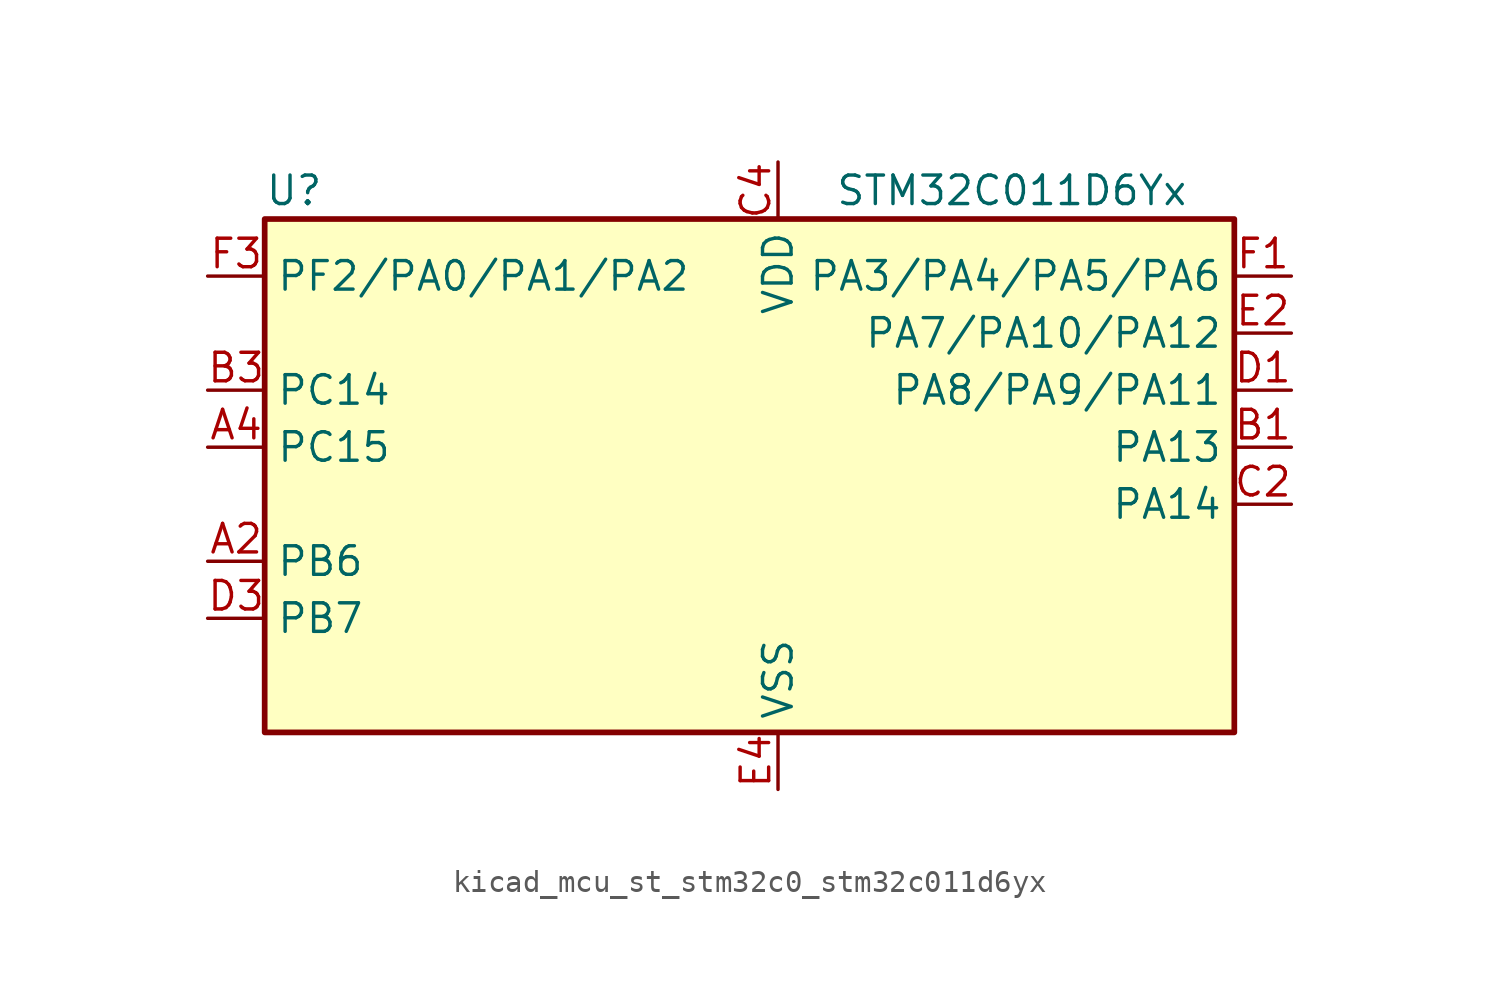
<source format=kicad_sym>
(kicad_symbol_lib
  (version 20220914)
  (generator kicad_symbol_editor)
  (symbol "kicad_mcu_st_stm32c0_stm32c011d6yx"
    (property "Reference" "U"
      (at -20.32 13.97 0)
      (effects (font (size 1.27 1.27)) (justify left)))
    (property "Value" "STM32C011D6Yx"
      (at 5.08 13.97 0)
      (effects (font (size 1.27 1.27)) (justify left)))
    (property "ki_locked" ""
      (at 0 0 0)
      (effects (font (size 1.27 1.27))))
    (symbol "kicad_mcu_st_stm32c0_stm32c011d6yx_0_1"
      (rectangle (start -20.32 -10.16) (end 22.86 12.7) (stroke (width 0.254) (type default)) (fill (type background))))
    (symbol "kicad_mcu_st_stm32c0_stm32c011d6yx_1_1"
      (pin bidirectional line (at -22.86 -2.54 0) (length 2.54) (name "PB6" (effects (font (size 1.27 1.27)))) (number "A2" (effects (font (size 1.27 1.27)))) (alternate "I2C1_SCL" bidirectional line) (alternate "I2C1_SMBA" bidirectional line) (alternate "I2S1_CK" bidirectional line) (alternate "I2S1_MCK" bidirectional line) (alternate "I2S1_SD" bidirectional line) (alternate "PWR_WKUP3" bidirectional line) (alternate "SPI1_MISO" bidirectional line) (alternate "SPI1_MOSI" bidirectional line) (alternate "SPI1_SCK" bidirectional line) (alternate "TIM16_BKIN" bidirectional line) (alternate "TIM16_CH1N" bidirectional line) (alternate "TIM17_BKIN" bidirectional line) (alternate "TIM1_CH2" bidirectional line) (alternate "TIM1_CH3" bidirectional line) (alternate "TIM3_CH1" bidirectional line) (alternate "TIM3_CH2" bidirectional line) (alternate "TIM3_CH3" bidirectional line) (alternate "USART1_CK" bidirectional line) (alternate "USART1_CTS" bidirectional line) (alternate "USART1_DE" bidirectional line) (alternate "USART1_NSS" bidirectional line) (alternate "USART1_RTS" bidirectional line) (alternate "USART1_TX" bidirectional line))
      (pin bidirectional line (at -22.86 2.54 0) (length 2.54) (name "PC15" (effects (font (size 1.27 1.27)))) (number "A4" (effects (font (size 1.27 1.27)))) (alternate "RCC_OSC32_EN" bidirectional line) (alternate "RCC_OSCX_OUT" bidirectional line) (alternate "RCC_OSC_EN" bidirectional line) (alternate "TIM1_ETR" bidirectional line) (alternate "TIM3_CH3" bidirectional line))
      (pin bidirectional line (at 25.4 2.54 180) (length 2.54) (name "PA13" (effects (font (size 1.27 1.27)))) (number "B1" (effects (font (size 1.27 1.27)))) (alternate "ADC1_IN13" bidirectional line) (alternate "DEBUG_SWDIO" bidirectional line) (alternate "IR_OUT" bidirectional line) (alternate "TIM3_ETR" bidirectional line) (alternate "USART2_RX" bidirectional line))
      (pin bidirectional line (at -22.86 5.08 0) (length 2.54) (name "PC14" (effects (font (size 1.27 1.27)))) (number "B3" (effects (font (size 1.27 1.27)))) (alternate "I2C1_SDA" bidirectional line) (alternate "IR_OUT" bidirectional line) (alternate "RCC_OSCX_IN" bidirectional line) (alternate "TIM17_CH1" bidirectional line) (alternate "TIM1_BKIN2" bidirectional line) (alternate "TIM1_ETR" bidirectional line) (alternate "TIM3_CH2" bidirectional line) (alternate "USART1_TX" bidirectional line) (alternate "USART2_CK" bidirectional line) (alternate "USART2_DE" bidirectional line) (alternate "USART2_RTS" bidirectional line))
      (pin bidirectional line (at 25.4 0 180) (length 2.54) (name "PA14" (effects (font (size 1.27 1.27)))) (number "C2" (effects (font (size 1.27 1.27)))) (alternate "ADC1_IN14" bidirectional line) (alternate "DEBUG_SWCLK" bidirectional line) (alternate "I2S1_WS" bidirectional line) (alternate "RCC_MCO_2" bidirectional line) (alternate "SPI1_NSS" bidirectional line) (alternate "TIM1_CH1" bidirectional line) (alternate "USART1_CK" bidirectional line) (alternate "USART1_DE" bidirectional line) (alternate "USART1_RTS" bidirectional line) (alternate "USART2_RX" bidirectional line) (alternate "USART2_TX" bidirectional line))
      (pin power_in line (at 2.54 15.24 270) (length 2.54) (name "VDD" (effects (font (size 1.27 1.27)))) (number "C4" (effects (font (size 1.27 1.27)))))
      (pin bidirectional line (at 25.4 5.08 180) (length 2.54) (name "PA8/PA9/PA11" (effects (font (size 1.27 1.27)))) (number "D1" (effects (font (size 1.27 1.27)))) (alternate "ADC1_IN8" bidirectional line) (alternate "I2S1_WS" bidirectional line) (alternate "RCC_MCO" bidirectional line) (alternate "RCC_MCO_2" bidirectional line) (alternate "SPI1_NSS" bidirectional line) (alternate "TIM14_CH1" bidirectional line) (alternate "TIM1_CH1" bidirectional line) (alternate "TIM1_CH2N" bidirectional line) (alternate "TIM1_CH3N" bidirectional line) (alternate "TIM3_CH3" bidirectional line) (alternate "TIM3_CH4" bidirectional line) (alternate "USART1_RX" bidirectional line) (alternate "USART2_TX" bidirectional line))
      (pin bidirectional line (at -22.86 -5.08 0) (length 2.54) (name "PB7" (effects (font (size 1.27 1.27)))) (number "D3" (effects (font (size 1.27 1.27)))) (alternate "I2C1_SCL" bidirectional line) (alternate "I2C1_SDA" bidirectional line) (alternate "RTC_REFIN" bidirectional line) (alternate "TIM16_CH1" bidirectional line) (alternate "TIM17_CH1N" bidirectional line) (alternate "TIM1_CH4" bidirectional line) (alternate "TIM3_CH1" bidirectional line) (alternate "TIM3_CH4" bidirectional line) (alternate "USART1_RX" bidirectional line) (alternate "USART2_CTS" bidirectional line) (alternate "USART2_NSS" bidirectional line))
      (pin bidirectional line (at 25.4 7.62 180) (length 2.54) (name "PA7/PA10/PA12" (effects (font (size 1.27 1.27)))) (number "E2" (effects (font (size 1.27 1.27)))) (alternate "ADC1_IN7" bidirectional line) (alternate "I2S1_SD" bidirectional line) (alternate "SPI1_MOSI" bidirectional line) (alternate "TIM14_CH1" bidirectional line) (alternate "TIM17_CH1" bidirectional line) (alternate "TIM1_CH1N" bidirectional line) (alternate "TIM3_CH2" bidirectional line))
      (pin power_in line (at 2.54 -12.7 90) (length 2.54) (name "VSS" (effects (font (size 1.27 1.27)))) (number "E4" (effects (font (size 1.27 1.27)))))
      (pin bidirectional line (at 25.4 10.16 180) (length 2.54) (name "PA3/PA4/PA5/PA6" (effects (font (size 1.27 1.27)))) (number "F1" (effects (font (size 1.27 1.27)))) (alternate "ADC1_IN3" bidirectional line) (alternate "TIM1_CH1N" bidirectional line) (alternate "TIM1_CH4" bidirectional line) (alternate "USART2_RX" bidirectional line))
      (pin bidirectional line (at -22.86 10.16 0) (length 2.54) (name "PF2/PA0/PA1/PA2" (effects (font (size 1.27 1.27)))) (number "F3" (effects (font (size 1.27 1.27)))) (alternate "RCC_MCO" bidirectional line) (alternate "TIM1_CH4" bidirectional line)))))
</source>
